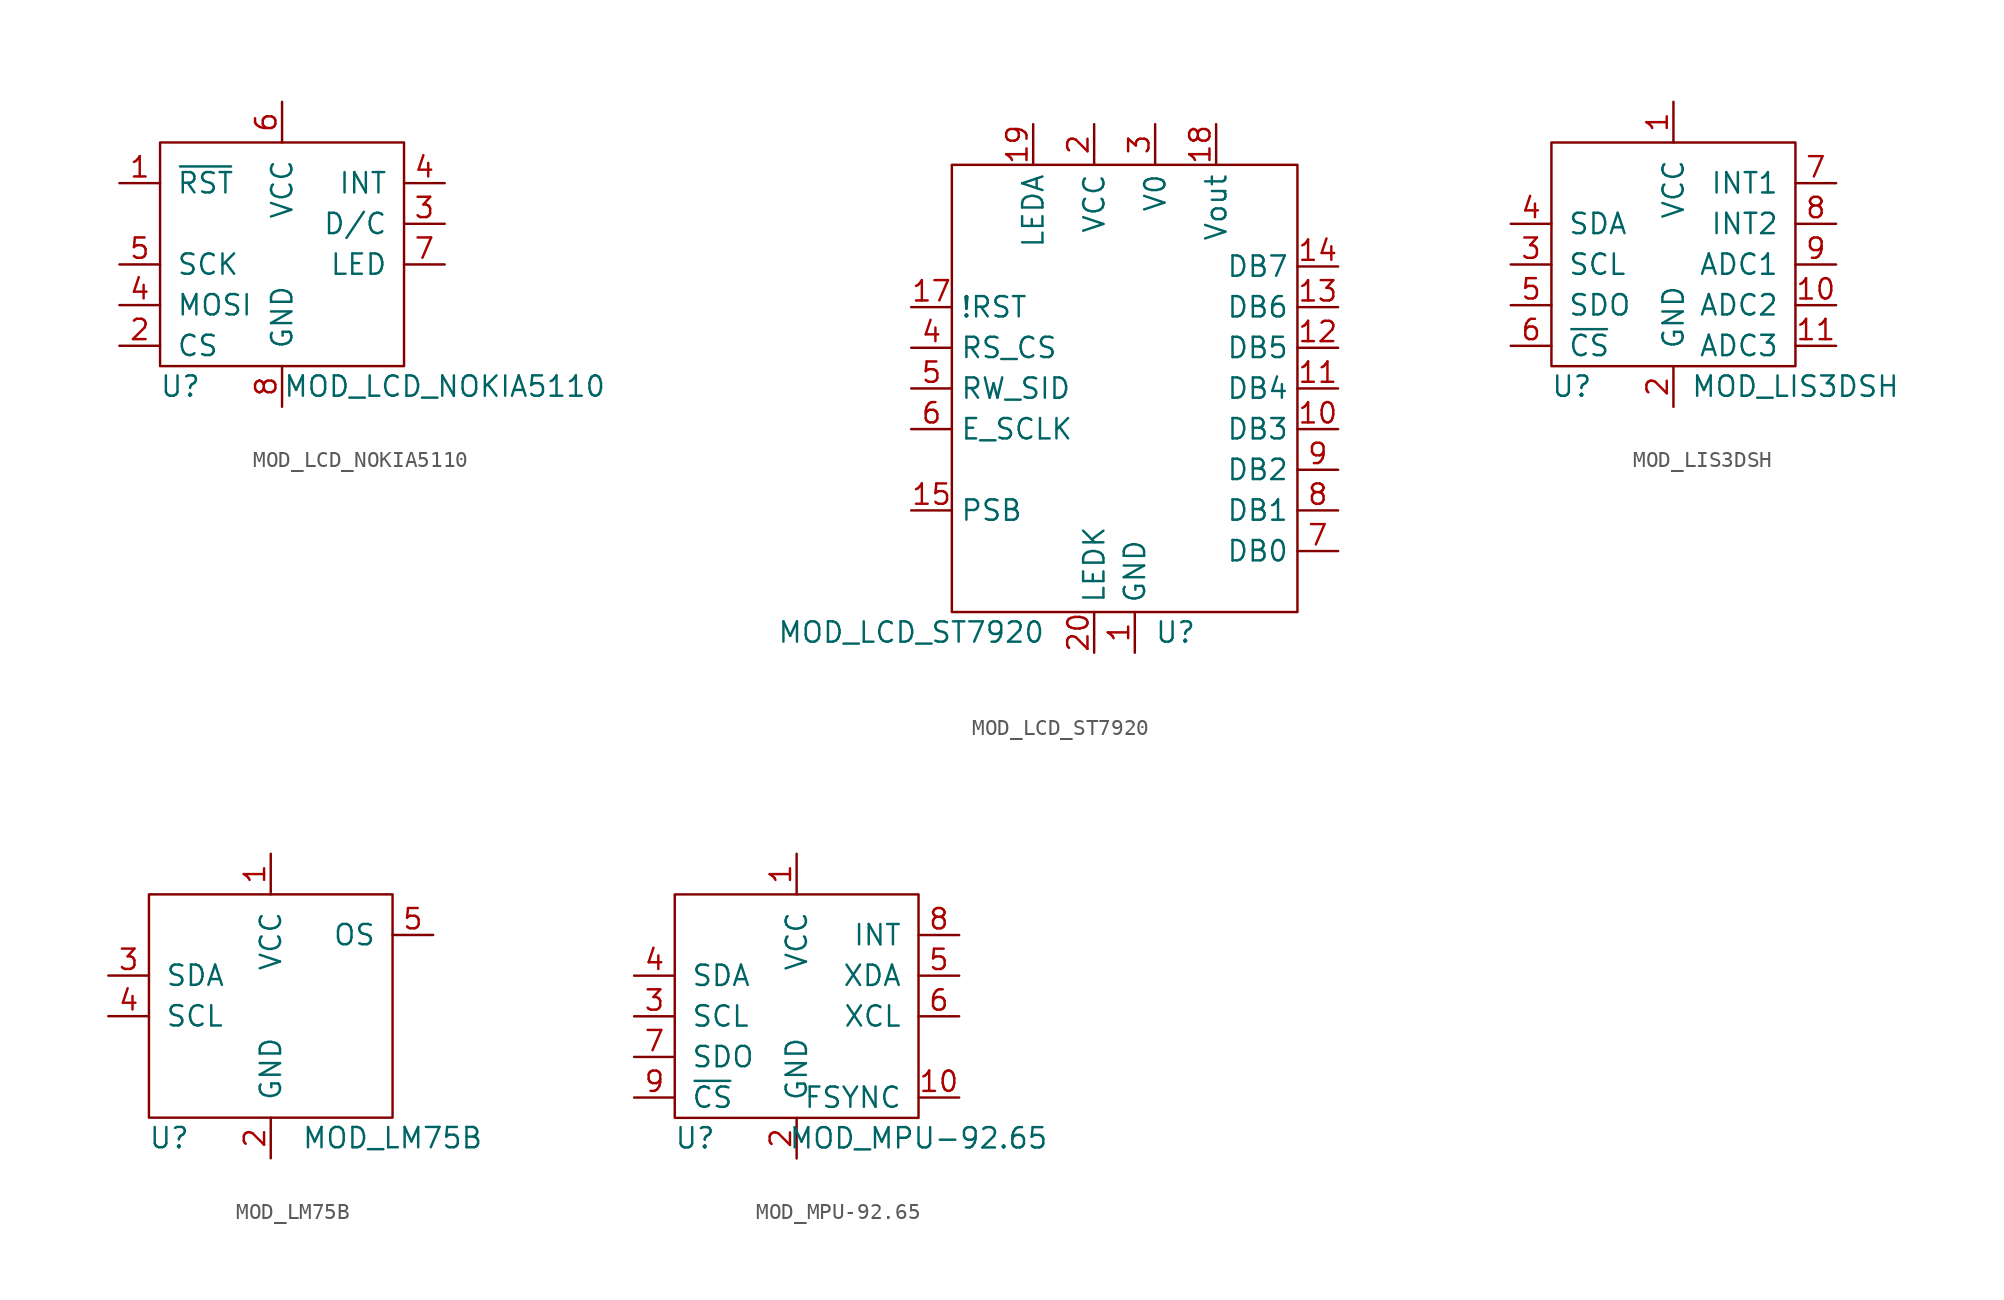
<source format=kicad_sym>
(kicad_symbol_lib
  (version 20211014)
  (generator kicad_symbol_editor)
  (symbol "MOD_LCD_NOKIA5110"
    (pin_names
      (offset 1.016))
    (property "Reference" "U"
      (at -6.35 -8.89 0)
      (effects (font (size 1.27 1.27))))
    (property "Value" "MOD_LCD_NOKIA5110"
      (at 10.16 -8.89 0)
      (effects (font (size 1.27 1.27))))
    (symbol "MOD_LCD_NOKIA5110_1_1"
      (rectangle (start -7.62 6.35) (end 7.62 -7.62) (stroke (width 0) (type default) (color 0 0 0 0)) (fill (type none)))
      (pin input line (at -10.16 3.81 0) (length 2.54) (name "~{RST}" (effects (font (size 1.27 1.27)))) (number "1" (effects (font (size 1.27 1.27)))))
      (pin input line (at -10.16 -6.35 0) (length 2.54) (name "CS" (effects (font (size 1.27 1.27)))) (number "2" (effects (font (size 1.27 1.27)))))
      (pin input line (at 10.16 1.27 180) (length 2.54) (name "D/C" (effects (font (size 1.27 1.27)))) (number "3" (effects (font (size 1.27 1.27)))))
      (pin output line (at 10.16 3.81 180) (length 2.54) (name "INT" (effects (font (size 1.27 1.27)))) (number "4" (effects (font (size 1.27 1.27)))))
      (pin input line (at -10.16 -3.81 0) (length 2.54) (name "MOSI" (effects (font (size 1.27 1.27)))) (number "4" (effects (font (size 1.27 1.27)))))
      (pin input line (at -10.16 -1.27 0) (length 2.54) (name "SCK" (effects (font (size 1.27 1.27)))) (number "5" (effects (font (size 1.27 1.27)))))
      (pin power_in line (at 0 8.89 270) (length 2.54) (name "VCC" (effects (font (size 1.27 1.27)))) (number "6" (effects (font (size 1.27 1.27)))))
      (pin input line (at 10.16 -1.27 180) (length 2.54) (name "LED" (effects (font (size 1.27 1.27)))) (number "7" (effects (font (size 1.27 1.27)))))
      (pin power_in line (at 0 -10.16 90) (length 2.54) (name "GND" (effects (font (size 1.27 1.27)))) (number "8" (effects (font (size 1.27 1.27)))))))
  (symbol "MOD_LCD_ST7920"
    (property "Reference" "U"
      (at 3.81 -13.97 0)
      (effects (font (size 1.27 1.27))))
    (property "Value" "MOD_LCD_ST7920"
      (at -12.7 -13.97 0)
      (effects (font (size 1.27 1.27))))
    (symbol "MOD_LCD_ST7920_0_1"
      (rectangle (start -10.16 15.24) (end 11.43 -12.7) (stroke (width 0) (type default) (color 0 0 0 0)) (fill (type none))))
    (symbol "MOD_LCD_ST7920_1_1"
      (pin power_in line (at 1.27 -15.24 90) (length 2.54) (name "GND" (effects (font (size 1.27 1.27)))) (number "1" (effects (font (size 1.27 1.27)))))
      (pin input line (at 13.97 -1.27 180) (length 2.54) (name "DB3" (effects (font (size 1.27 1.27)))) (number "10" (effects (font (size 1.27 1.27)))))
      (pin input line (at 13.97 1.27 180) (length 2.54) (name "DB4" (effects (font (size 1.27 1.27)))) (number "11" (effects (font (size 1.27 1.27)))))
      (pin input line (at 13.97 3.81 180) (length 2.54) (name "DB5" (effects (font (size 1.27 1.27)))) (number "12" (effects (font (size 1.27 1.27)))))
      (pin input line (at 13.97 6.35 180) (length 2.54) (name "DB6" (effects (font (size 1.27 1.27)))) (number "13" (effects (font (size 1.27 1.27)))))
      (pin input line (at 13.97 8.89 180) (length 2.54) (name "DB7" (effects (font (size 1.27 1.27)))) (number "14" (effects (font (size 1.27 1.27)))))
      (pin input line (at -12.7 -6.35 0) (length 2.54) (name "PSB" (effects (font (size 1.27 1.27)))) (number "15" (effects (font (size 1.27 1.27)))))
      (pin input line (at -12.7 6.35 0) (length 2.54) (name "!RST" (effects (font (size 1.27 1.27)))) (number "17" (effects (font (size 1.27 1.27)))))
      (pin power_out line (at 6.35 17.78 270) (length 2.54) (name "Vout" (effects (font (size 1.27 1.27)))) (number "18" (effects (font (size 1.27 1.27)))))
      (pin power_in line (at -5.08 17.78 270) (length 2.54) (name "LEDA" (effects (font (size 1.27 1.27)))) (number "19" (effects (font (size 1.27 1.27)))))
      (pin power_in line (at -1.27 17.78 270) (length 2.54) (name "VCC" (effects (font (size 1.27 1.27)))) (number "2" (effects (font (size 1.27 1.27)))))
      (pin power_in line (at -1.27 -15.24 90) (length 2.54) (name "LEDK" (effects (font (size 1.27 1.27)))) (number "20" (effects (font (size 1.27 1.27)))))
      (pin power_in line (at 2.54 17.78 270) (length 2.54) (name "V0" (effects (font (size 1.27 1.27)))) (number "3" (effects (font (size 1.27 1.27)))))
      (pin input line (at -12.7 3.81 0) (length 2.54) (name "RS_CS" (effects (font (size 1.27 1.27)))) (number "4" (effects (font (size 1.27 1.27)))))
      (pin input line (at -12.7 1.27 0) (length 2.54) (name "RW_SID" (effects (font (size 1.27 1.27)))) (number "5" (effects (font (size 1.27 1.27)))))
      (pin input line (at -12.7 -1.27 0) (length 2.54) (name "E_SCLK" (effects (font (size 1.27 1.27)))) (number "6" (effects (font (size 1.27 1.27)))))
      (pin input line (at 13.97 -8.89 180) (length 2.54) (name "DB0" (effects (font (size 1.27 1.27)))) (number "7" (effects (font (size 1.27 1.27)))))
      (pin input line (at 13.97 -6.35 180) (length 2.54) (name "DB1" (effects (font (size 1.27 1.27)))) (number "8" (effects (font (size 1.27 1.27)))))
      (pin input line (at 13.97 -3.81 180) (length 2.54) (name "DB2" (effects (font (size 1.27 1.27)))) (number "9" (effects (font (size 1.27 1.27)))))))
  (symbol "MOD_LIS3DSH"
    (pin_names
      (offset 1.016))
    (property "Reference" "U"
      (at -6.35 -8.89 0)
      (effects (font (size 1.27 1.27))))
    (property "Value" "MOD_LIS3DSH"
      (at 7.62 -8.89 0)
      (effects (font (size 1.27 1.27))))
    (symbol "MOD_LIS3DSH_0_1"
      (rectangle (start -7.62 6.35) (end 7.62 -7.62) (stroke (width 0) (type default) (color 0 0 0 0)) (fill (type none))))
    (symbol "MOD_LIS3DSH_1_1"
      (pin power_in line (at 0 8.89 270) (length 2.54) (name "VCC" (effects (font (size 1.27 1.27)))) (number "1" (effects (font (size 1.27 1.27)))))
      (pin bidirectional line (at 10.16 -3.81 180) (length 2.54) (name "ADC2" (effects (font (size 1.27 1.27)))) (number "10" (effects (font (size 1.27 1.27)))))
      (pin bidirectional line (at 10.16 -6.35 180) (length 2.54) (name "ADC3" (effects (font (size 1.27 1.27)))) (number "11" (effects (font (size 1.27 1.27)))))
      (pin power_in line (at 0 -10.16 90) (length 2.54) (name "GND" (effects (font (size 1.27 1.27)))) (number "2" (effects (font (size 1.27 1.27)))))
      (pin bidirectional line (at -10.16 -1.27 0) (length 2.54) (name "SCL" (effects (font (size 1.27 1.27)))) (number "3" (effects (font (size 1.27 1.27)))))
      (pin bidirectional line (at -10.16 1.27 0) (length 2.54) (name "SDA" (effects (font (size 1.27 1.27)))) (number "4" (effects (font (size 1.27 1.27)))))
      (pin bidirectional line (at -10.16 -3.81 0) (length 2.54) (name "SDO" (effects (font (size 1.27 1.27)))) (number "5" (effects (font (size 1.27 1.27)))))
      (pin bidirectional line (at -10.16 -6.35 0) (length 2.54) (name "~{CS}" (effects (font (size 1.27 1.27)))) (number "6" (effects (font (size 1.27 1.27)))))
      (pin bidirectional line (at 10.16 3.81 180) (length 2.54) (name "INT1" (effects (font (size 1.27 1.27)))) (number "7" (effects (font (size 1.27 1.27)))))
      (pin bidirectional line (at 10.16 1.27 180) (length 2.54) (name "INT2" (effects (font (size 1.27 1.27)))) (number "8" (effects (font (size 1.27 1.27)))))
      (pin bidirectional line (at 10.16 -1.27 180) (length 2.54) (name "ADC1" (effects (font (size 1.27 1.27)))) (number "9" (effects (font (size 1.27 1.27)))))))
  (symbol "MOD_LM75B"
    (pin_names
      (offset 1.016))
    (property "Reference" "U"
      (at -6.35 -8.89 0)
      (effects (font (size 1.27 1.27))))
    (property "Value" "MOD_LM75B"
      (at 7.62 -8.89 0)
      (effects (font (size 1.27 1.27))))
    (symbol "MOD_LM75B_0_1"
      (rectangle (start -7.62 6.35) (end 7.62 -7.62) (stroke (width 0) (type default) (color 0 0 0 0)) (fill (type none))))
    (symbol "MOD_LM75B_1_1"
      (pin power_in line (at 0 8.89 270) (length 2.54) (name "VCC" (effects (font (size 1.27 1.27)))) (number "1" (effects (font (size 1.27 1.27)))))
      (pin power_in line (at 0 -10.16 90) (length 2.54) (name "GND" (effects (font (size 1.27 1.27)))) (number "2" (effects (font (size 1.27 1.27)))))
      (pin bidirectional line (at -10.16 1.27 0) (length 2.54) (name "SDA" (effects (font (size 1.27 1.27)))) (number "3" (effects (font (size 1.27 1.27)))))
      (pin bidirectional line (at -10.16 -1.27 0) (length 2.54) (name "SCL" (effects (font (size 1.27 1.27)))) (number "4" (effects (font (size 1.27 1.27)))))
      (pin bidirectional line (at 10.16 3.81 180) (length 2.54) (name "OS" (effects (font (size 1.27 1.27)))) (number "5" (effects (font (size 1.27 1.27)))))))
  (symbol "MOD_MPU-92.65"
    (pin_names
      (offset 1.016))
    (property "Reference" "U"
      (at -6.35 -8.89 0)
      (effects (font (size 1.27 1.27))))
    (property "Value" "MOD_MPU-92.65"
      (at 7.62 -8.89 0)
      (effects (font (size 1.27 1.27))))
    (symbol "MOD_MPU-92.65_0_1"
      (rectangle (start -7.62 6.35) (end 7.62 -7.62) (stroke (width 0) (type default) (color 0 0 0 0)) (fill (type none))))
    (symbol "MOD_MPU-92.65_1_1"
      (pin power_in line (at 0 8.89 270) (length 2.54) (name "VCC" (effects (font (size 1.27 1.27)))) (number "1" (effects (font (size 1.27 1.27)))))
      (pin bidirectional line (at 10.16 -6.35 180) (length 2.54) (name "FSYNC" (effects (font (size 1.27 1.27)))) (number "10" (effects (font (size 1.27 1.27)))))
      (pin power_in line (at 0 -10.16 90) (length 2.54) (name "GND" (effects (font (size 1.27 1.27)))) (number "2" (effects (font (size 1.27 1.27)))))
      (pin bidirectional line (at -10.16 -1.27 0) (length 2.54) (name "SCL" (effects (font (size 1.27 1.27)))) (number "3" (effects (font (size 1.27 1.27)))))
      (pin bidirectional line (at -10.16 1.27 0) (length 2.54) (name "SDA" (effects (font (size 1.27 1.27)))) (number "4" (effects (font (size 1.27 1.27)))))
      (pin bidirectional line (at 10.16 1.27 180) (length 2.54) (name "XDA" (effects (font (size 1.27 1.27)))) (number "5" (effects (font (size 1.27 1.27)))))
      (pin bidirectional line (at 10.16 -1.27 180) (length 2.54) (name "XCL" (effects (font (size 1.27 1.27)))) (number "6" (effects (font (size 1.27 1.27)))))
      (pin bidirectional line (at -10.16 -3.81 0) (length 2.54) (name "SDO" (effects (font (size 1.27 1.27)))) (number "7" (effects (font (size 1.27 1.27)))))
      (pin bidirectional line (at 10.16 3.81 180) (length 2.54) (name "INT" (effects (font (size 1.27 1.27)))) (number "8" (effects (font (size 1.27 1.27)))))
      (pin bidirectional line (at -10.16 -6.35 0) (length 2.54) (name "~{CS}" (effects (font (size 1.27 1.27)))) (number "9" (effects (font (size 1.27 1.27))))))))
</source>
